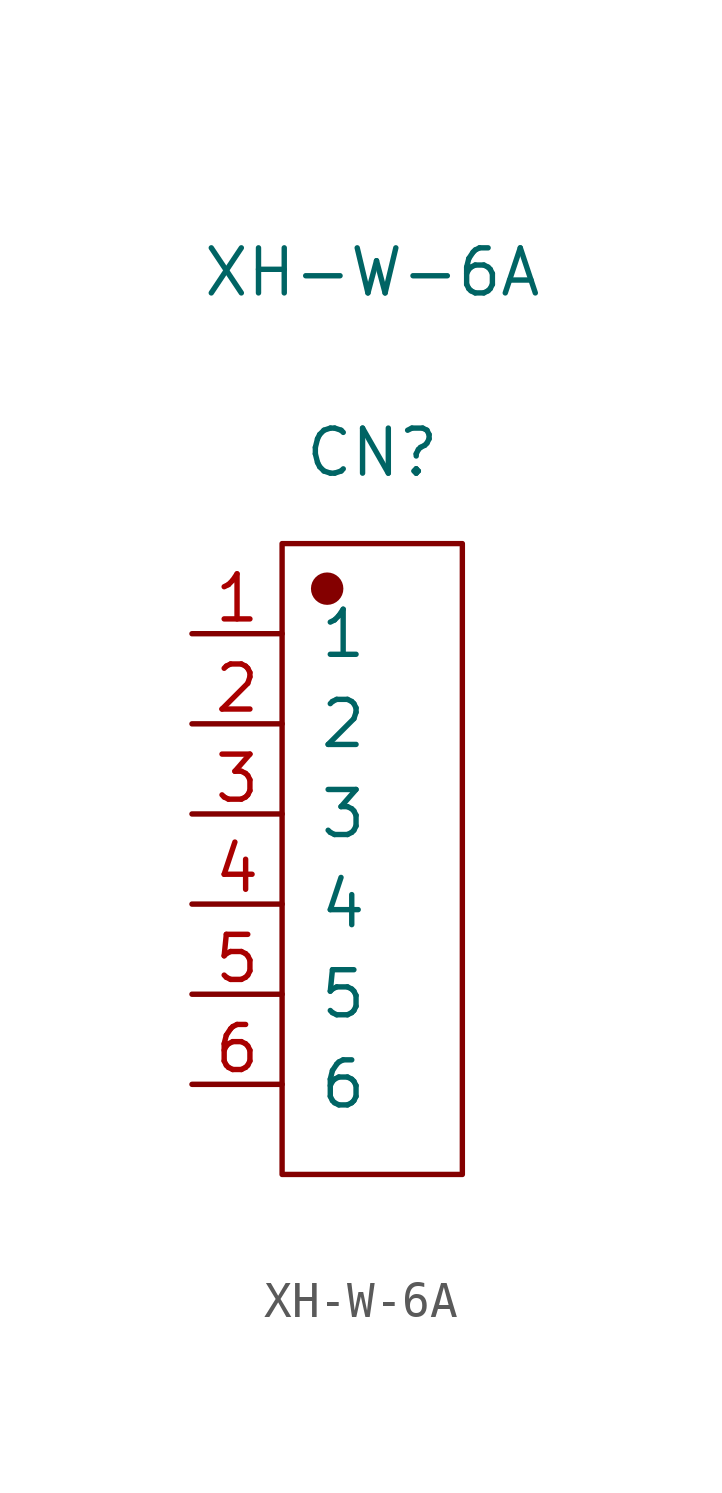
<source format=kicad_sym>
(kicad_symbol_lib
  (version 20241209)
  (generator "kicad_symbol_editor")
  (generator_version "9.0")
  (symbol "XH-W-6A"
    (pin_names
      (offset 1.016))
    (property "Reference" "CN"
      (at 0 11.455 0)
      (effects (font (size 1.27 1.27))))
    (property "Value" "XH-W-6A"
      (at 0 16.535 0)
      (effects (font (size 1.27 1.27))))
    (symbol "XH-W-6A_1_1"
      (rectangle (start -2.54 8.89) (end 2.54 -8.89) (stroke (width 0.152) (type solid)) (fill (type none)))
      (circle (center -1.27 7.62) (radius 0.381) (stroke (width 0.152) (type solid)) (fill (type outline)))
      (pin input line (at -5.08 6.35 0) (length 2.54) (name "1" (effects (font (size 1.27 1.27)))) (number "1" (effects (font (size 1.27 1.27)))))
      (pin input line (at -5.08 3.81 0) (length 2.54) (name "2" (effects (font (size 1.27 1.27)))) (number "2" (effects (font (size 1.27 1.27)))))
      (pin input line (at -5.08 1.27 0) (length 2.54) (name "3" (effects (font (size 1.27 1.27)))) (number "3" (effects (font (size 1.27 1.27)))))
      (pin input line (at -5.08 -1.27 0) (length 2.54) (name "4" (effects (font (size 1.27 1.27)))) (number "4" (effects (font (size 1.27 1.27)))))
      (pin input line (at -5.08 -3.81 0) (length 2.54) (name "5" (effects (font (size 1.27 1.27)))) (number "5" (effects (font (size 1.27 1.27)))))
      (pin input line (at -5.08 -6.35 0) (length 2.54) (name "6" (effects (font (size 1.27 1.27)))) (number "6" (effects (font (size 1.27 1.27))))))))
</source>
